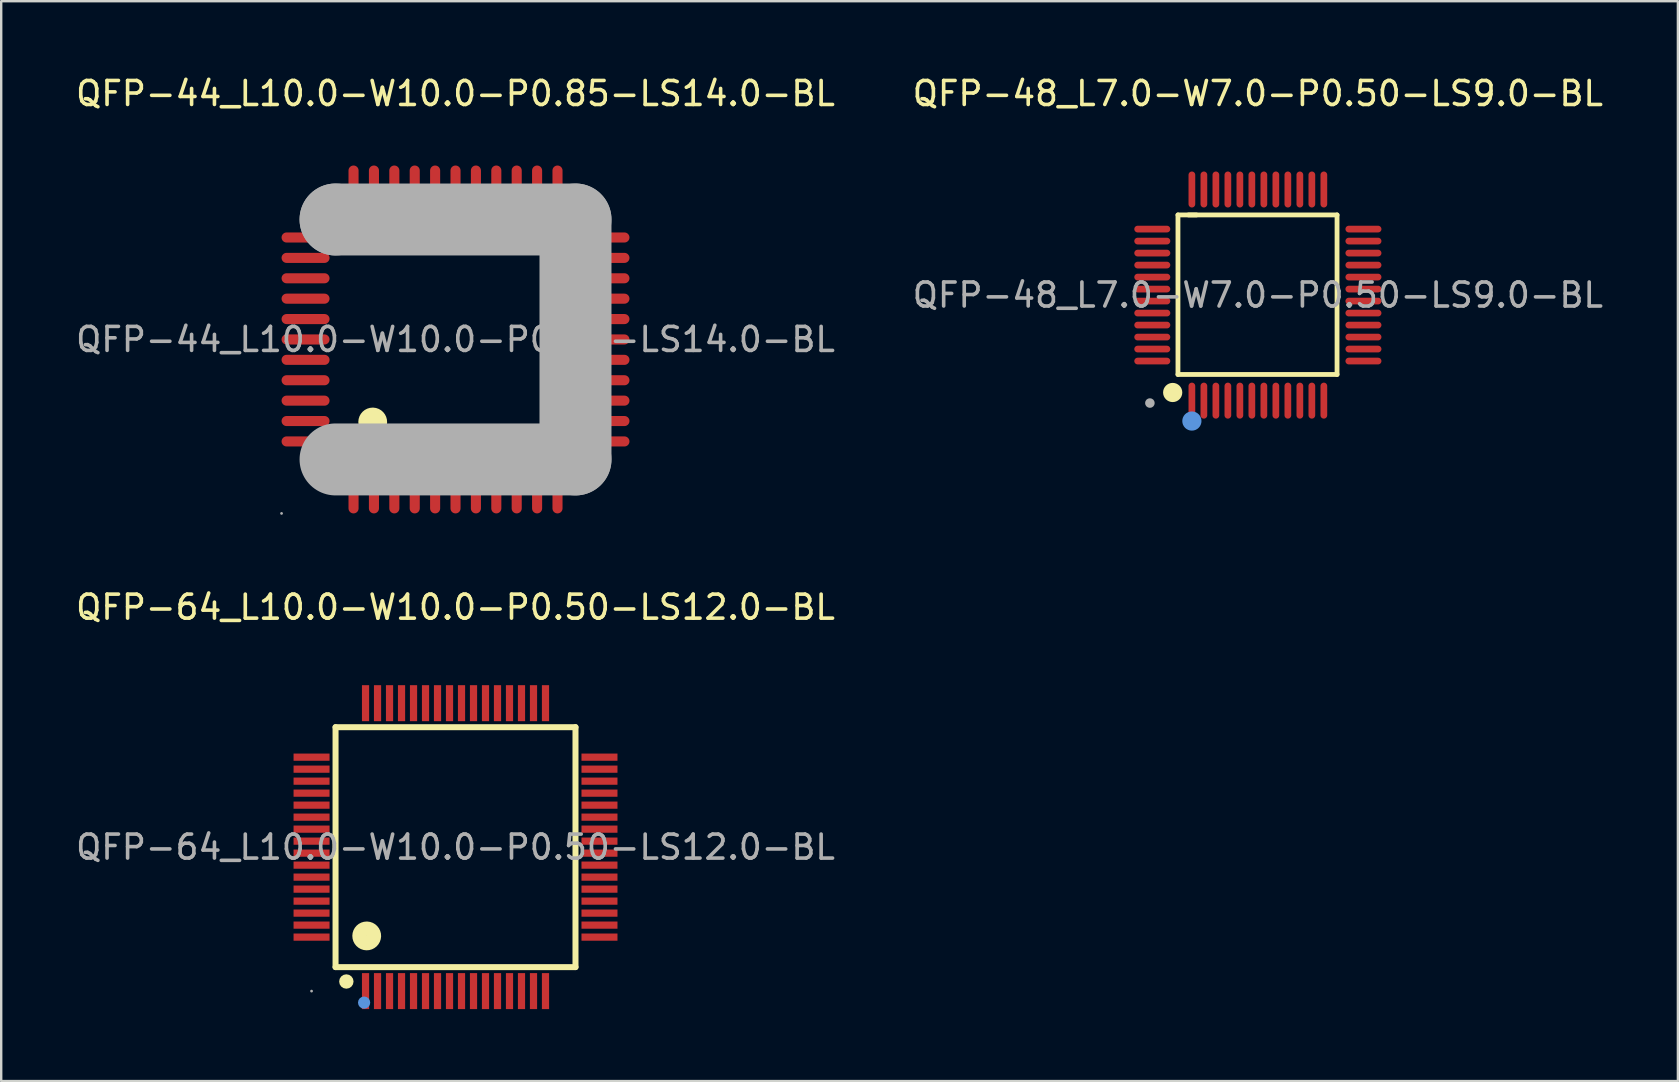
<source format=kicad_pcb>
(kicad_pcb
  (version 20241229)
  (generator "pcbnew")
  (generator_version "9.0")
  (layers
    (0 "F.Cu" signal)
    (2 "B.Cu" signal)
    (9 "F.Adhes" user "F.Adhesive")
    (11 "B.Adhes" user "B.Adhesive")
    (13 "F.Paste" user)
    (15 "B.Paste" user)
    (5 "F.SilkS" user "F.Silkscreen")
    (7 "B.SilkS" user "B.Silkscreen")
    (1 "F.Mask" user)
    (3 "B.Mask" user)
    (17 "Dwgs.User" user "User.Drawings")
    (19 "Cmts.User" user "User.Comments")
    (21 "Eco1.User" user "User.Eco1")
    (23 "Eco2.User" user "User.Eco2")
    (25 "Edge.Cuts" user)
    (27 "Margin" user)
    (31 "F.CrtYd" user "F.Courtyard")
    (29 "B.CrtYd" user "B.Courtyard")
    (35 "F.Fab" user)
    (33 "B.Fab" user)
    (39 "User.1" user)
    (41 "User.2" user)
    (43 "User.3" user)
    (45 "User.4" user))
  (footprint "QFP-44_L10.0-W10.0-P0.85-LS14.0-BL"
    (layer "F.Cu")
    (at 15.935 11.098)
    (property "Reference" "QFP-44_L10.0-W10.0-P0.85-LS14.0-BL" (at 0 -10.25 0) (layer "F.SilkS") (effects (font (size 1 1) (thickness 0.15))))
    (attr through_hole)
    (fp_arc (start -3.44 3.14) (mid -3.454999 3.740125) (end -3.450004 3.139833) (stroke (width 0.6) (type solid)) (layer "F.SilkS"))
    (fp_line (start -5 -5) (end -5 -5) (stroke (width 3) (type solid)) (layer "F.Fab"))
    (fp_line (start -5 -5) (end 5 -5) (stroke (width 3) (type solid)) (layer "F.Fab"))
    (fp_line (start 5 -5) (end 5 5) (stroke (width 3) (type solid)) (layer "F.Fab"))
    (fp_line (start 5 5) (end -5 5) (stroke (width 3) (type solid)) (layer "F.Fab"))
    (fp_circle (center -7.25 7.25) (end -7.22 7.25) (stroke (width 0.06) (type solid)) (fill no) (layer "F.Fab"))
    (fp_text user "${REFERENCE}" (at 0 0 0) (layer "F.Fab") (effects (font (size 1 1) (thickness 0.15))))
    (pad "1" smd oval (at -4.25 6.25) (size 0.42 2) (layers "F.Cu" "F.Mask" "F.Paste"))
    (pad "2" smd oval (at -3.4 6.25) (size 0.42 2) (layers "F.Cu" "F.Mask" "F.Paste"))
    (pad "3" smd oval (at -2.55 6.25) (size 0.42 2) (layers "F.Cu" "F.Mask" "F.Paste"))
    (pad "4" smd oval (at -1.7 6.25) (size 0.42 2) (layers "F.Cu" "F.Mask" "F.Paste"))
    (pad "5" smd oval (at -0.85 6.25) (size 0.42 2) (layers "F.Cu" "F.Mask" "F.Paste"))
    (pad "6" smd oval (at 0 6.25) (size 0.42 2) (layers "F.Cu" "F.Mask" "F.Paste"))
    (pad "7" smd oval (at 0.85 6.25) (size 0.42 2) (layers "F.Cu" "F.Mask" "F.Paste"))
    (pad "8" smd oval (at 1.7 6.25) (size 0.42 2) (layers "F.Cu" "F.Mask" "F.Paste"))
    (pad "9" smd oval (at 2.55 6.25) (size 0.42 2) (layers "F.Cu" "F.Mask" "F.Paste"))
    (pad "10" smd oval (at 3.4 6.25) (size 0.42 2) (layers "F.Cu" "F.Mask" "F.Paste"))
    (pad "11" smd oval (at 4.25 6.25) (size 0.42 2) (layers "F.Cu" "F.Mask" "F.Paste"))
    (pad "12" smd oval (at 6.25 4.25 270) (size 0.42 2) (layers "F.Cu" "F.Mask" "F.Paste"))
    (pad "13" smd oval (at 6.25 3.4 270) (size 0.42 2) (layers "F.Cu" "F.Mask" "F.Paste"))
    (pad "14" smd oval (at 6.25 2.55 270) (size 0.42 2) (layers "F.Cu" "F.Mask" "F.Paste"))
    (pad "15" smd oval (at 6.25 1.7 270) (size 0.42 2) (layers "F.Cu" "F.Mask" "F.Paste"))
    (pad "16" smd oval (at 6.25 0.85 270) (size 0.42 2) (layers "F.Cu" "F.Mask" "F.Paste"))
    (pad "17" smd oval (at 6.25 0 270) (size 0.42 2) (layers "F.Cu" "F.Mask" "F.Paste"))
    (pad "18" smd oval (at 6.25 -0.85 270) (size 0.42 2) (layers "F.Cu" "F.Mask" "F.Paste"))
    (pad "19" smd oval (at 6.25 -1.7 270) (size 0.42 2) (layers "F.Cu" "F.Mask" "F.Paste"))
    (pad "20" smd oval (at 6.25 -2.55 270) (size 0.42 2) (layers "F.Cu" "F.Mask" "F.Paste"))
    (pad "21" smd oval (at 6.25 -3.4 270) (size 0.42 2) (layers "F.Cu" "F.Mask" "F.Paste"))
    (pad "22" smd oval (at 6.25 -4.25 270) (size 0.42 2) (layers "F.Cu" "F.Mask" "F.Paste"))
    (pad "23" smd oval (at 4.25 -6.25) (size 0.42 2) (layers "F.Cu" "F.Mask" "F.Paste"))
    (pad "24" smd oval (at 3.4 -6.25) (size 0.42 2) (layers "F.Cu" "F.Mask" "F.Paste"))
    (pad "25" smd oval (at 2.55 -6.25) (size 0.42 2) (layers "F.Cu" "F.Mask" "F.Paste"))
    (pad "26" smd oval (at 1.7 -6.25) (size 0.42 2) (layers "F.Cu" "F.Mask" "F.Paste"))
    (pad "27" smd oval (at 0.85 -6.25) (size 0.42 2) (layers "F.Cu" "F.Mask" "F.Paste"))
    (pad "28" smd oval (at 0 -6.25) (size 0.42 2) (layers "F.Cu" "F.Mask" "F.Paste"))
    (pad "29" smd oval (at -0.85 -6.25) (size 0.42 2) (layers "F.Cu" "F.Mask" "F.Paste"))
    (pad "30" smd oval (at -1.7 -6.25) (size 0.42 2) (layers "F.Cu" "F.Mask" "F.Paste"))
    (pad "31" smd oval (at -2.55 -6.25) (size 0.42 2) (layers "F.Cu" "F.Mask" "F.Paste"))
    (pad "32" smd oval (at -3.4 -6.25) (size 0.42 2) (layers "F.Cu" "F.Mask" "F.Paste"))
    (pad "33" smd oval (at -4.25 -6.25) (size 0.42 2) (layers "F.Cu" "F.Mask" "F.Paste"))
    (pad "34" smd oval (at -6.25 -4.25 270) (size 0.42 2) (layers "F.Cu" "F.Mask" "F.Paste"))
    (pad "35" smd oval (at -6.25 -3.4 270) (size 0.42 2) (layers "F.Cu" "F.Mask" "F.Paste"))
    (pad "36" smd oval (at -6.25 -2.55 270) (size 0.42 2) (layers "F.Cu" "F.Mask" "F.Paste"))
    (pad "37" smd oval (at -6.25 -1.7 270) (size 0.42 2) (layers "F.Cu" "F.Mask" "F.Paste"))
    (pad "38" smd oval (at -6.25 -0.85 270) (size 0.42 2) (layers "F.Cu" "F.Mask" "F.Paste"))
    (pad "39" smd oval (at -6.25 0 270) (size 0.42 2) (layers "F.Cu" "F.Mask" "F.Paste"))
    (pad "40" smd oval (at -6.25 0.85 270) (size 0.42 2) (layers "F.Cu" "F.Mask" "F.Paste"))
    (pad "41" smd oval (at -6.25 1.7 270) (size 0.42 2) (layers "F.Cu" "F.Mask" "F.Paste"))
    (pad "42" smd oval (at -6.25 2.55 270) (size 0.42 2) (layers "F.Cu" "F.Mask" "F.Paste"))
    (pad "43" smd oval (at -6.25 3.4 270) (size 0.42 2) (layers "F.Cu" "F.Mask" "F.Paste"))
    (pad "44" smd oval (at -6.25 4.25 270) (size 0.42 2) (layers "F.Cu" "F.Mask" "F.Paste")))
  (footprint "QFP-64_L10.0-W10.0-P0.50-LS12.0-BL"
    (layer "F.Cu")
    (at 15.935 32.257)
    (property "Reference" "QFP-64_L10.0-W10.0-P0.50-LS12.0-BL" (at 0 -10 0) (layer "F.SilkS") (effects (font (size 1 1) (thickness 0.15))))
    (attr through_hole)
    (fp_line (start -5 -5) (end -5 5) (stroke (width 0.25) (type solid)) (layer "F.SilkS"))
    (fp_line (start -5 -5) (end 5 -5) (stroke (width 0.25) (type solid)) (layer "F.SilkS"))
    (fp_line (start -5 5) (end 5 5) (stroke (width 0.25) (type solid)) (layer "F.SilkS"))
    (fp_line (start 5 -5) (end 5 5) (stroke (width 0.25) (type solid)) (layer "F.SilkS"))
    (fp_arc (start -4.55 5.6) (mid -4.55 5.6) (end -4.55 5.6) (stroke (width 0.3) (type solid)) (layer "F.SilkS"))
    (fp_arc (start -3.69 3.4) (mid -3.704999 4.000125) (end -3.700004 3.399833) (stroke (width 0.6) (type solid)) (layer "F.SilkS"))
    (fp_circle (center -3.81 6.48) (end -3.68 6.48) (stroke (width 0.25) (type solid)) (fill no) (layer "Cmts.User"))
    (fp_circle (center -6 6) (end -5.97 6) (stroke (width 0.06) (type solid)) (fill no) (layer "F.Fab"))
    (fp_text user "${REFERENCE}" (at 0 0 0) (layer "F.Fab") (effects (font (size 1 1) (thickness 0.15))))
    (pad "1" smd rect (at -3.75 6 180) (size 0.3 1.5) (layers "F.Cu" "F.Mask" "F.Paste"))
    (pad "2" smd rect (at -3.25 6 180) (size 0.3 1.5) (layers "F.Cu" "F.Mask" "F.Paste"))
    (pad "3" smd rect (at -2.75 6 180) (size 0.3 1.5) (layers "F.Cu" "F.Mask" "F.Paste"))
    (pad "4" smd rect (at -2.25 6 180) (size 0.3 1.5) (layers "F.Cu" "F.Mask" "F.Paste"))
    (pad "5" smd rect (at -1.75 6 180) (size 0.3 1.5) (layers "F.Cu" "F.Mask" "F.Paste"))
    (pad "6" smd rect (at -1.25 6 180) (size 0.3 1.5) (layers "F.Cu" "F.Mask" "F.Paste"))
    (pad "7" smd rect (at -0.75 6 180) (size 0.3 1.5) (layers "F.Cu" "F.Mask" "F.Paste"))
    (pad "8" smd rect (at -0.25 6 180) (size 0.3 1.5) (layers "F.Cu" "F.Mask" "F.Paste"))
    (pad "9" smd rect (at 0.25 6 180) (size 0.3 1.5) (layers "F.Cu" "F.Mask" "F.Paste"))
    (pad "10" smd rect (at 0.75 6 180) (size 0.3 1.5) (layers "F.Cu" "F.Mask" "F.Paste"))
    (pad "11" smd rect (at 1.25 6 180) (size 0.3 1.5) (layers "F.Cu" "F.Mask" "F.Paste"))
    (pad "12" smd rect (at 1.75 6 180) (size 0.3 1.5) (layers "F.Cu" "F.Mask" "F.Paste"))
    (pad "13" smd rect (at 2.25 6 180) (size 0.3 1.5) (layers "F.Cu" "F.Mask" "F.Paste"))
    (pad "14" smd rect (at 2.75 6 180) (size 0.3 1.5) (layers "F.Cu" "F.Mask" "F.Paste"))
    (pad "15" smd rect (at 3.25 6 180) (size 0.3 1.5) (layers "F.Cu" "F.Mask" "F.Paste"))
    (pad "16" smd rect (at 3.75 6 180) (size 0.3 1.5) (layers "F.Cu" "F.Mask" "F.Paste"))
    (pad "17" smd rect (at 6 3.75 90) (size 0.3 1.5) (layers "F.Cu" "F.Mask" "F.Paste"))
    (pad "18" smd rect (at 6 3.25 90) (size 0.3 1.5) (layers "F.Cu" "F.Mask" "F.Paste"))
    (pad "19" smd rect (at 6 2.75 90) (size 0.3 1.5) (layers "F.Cu" "F.Mask" "F.Paste"))
    (pad "20" smd rect (at 6 2.25 90) (size 0.3 1.5) (layers "F.Cu" "F.Mask" "F.Paste"))
    (pad "21" smd rect (at 6 1.75 90) (size 0.3 1.5) (layers "F.Cu" "F.Mask" "F.Paste"))
    (pad "22" smd rect (at 6 1.25 90) (size 0.3 1.5) (layers "F.Cu" "F.Mask" "F.Paste"))
    (pad "23" smd rect (at 6 0.75 90) (size 0.3 1.5) (layers "F.Cu" "F.Mask" "F.Paste"))
    (pad "24" smd rect (at 6 0.25 90) (size 0.3 1.5) (layers "F.Cu" "F.Mask" "F.Paste"))
    (pad "25" smd rect (at 6 -0.25 90) (size 0.3 1.5) (layers "F.Cu" "F.Mask" "F.Paste"))
    (pad "26" smd rect (at 6 -0.75 90) (size 0.3 1.5) (layers "F.Cu" "F.Mask" "F.Paste"))
    (pad "27" smd rect (at 6 -1.25 90) (size 0.3 1.5) (layers "F.Cu" "F.Mask" "F.Paste"))
    (pad "28" smd rect (at 6 -1.75 90) (size 0.3 1.5) (layers "F.Cu" "F.Mask" "F.Paste"))
    (pad "29" smd rect (at 6 -2.25 90) (size 0.3 1.5) (layers "F.Cu" "F.Mask" "F.Paste"))
    (pad "30" smd rect (at 6 -2.75 90) (size 0.3 1.5) (layers "F.Cu" "F.Mask" "F.Paste"))
    (pad "31" smd rect (at 6 -3.25 90) (size 0.3 1.5) (layers "F.Cu" "F.Mask" "F.Paste"))
    (pad "32" smd rect (at 6 -3.75 90) (size 0.3 1.5) (layers "F.Cu" "F.Mask" "F.Paste"))
    (pad "33" smd rect (at 3.75 -6 180) (size 0.3 1.5) (layers "F.Cu" "F.Mask" "F.Paste"))
    (pad "34" smd rect (at 3.25 -6 180) (size 0.3 1.5) (layers "F.Cu" "F.Mask" "F.Paste"))
    (pad "35" smd rect (at 2.75 -6 180) (size 0.3 1.5) (layers "F.Cu" "F.Mask" "F.Paste"))
    (pad "36" smd rect (at 2.25 -6 180) (size 0.3 1.5) (layers "F.Cu" "F.Mask" "F.Paste"))
    (pad "37" smd rect (at 1.75 -6 180) (size 0.3 1.5) (layers "F.Cu" "F.Mask" "F.Paste"))
    (pad "38" smd rect (at 1.25 -6 180) (size 0.3 1.5) (layers "F.Cu" "F.Mask" "F.Paste"))
    (pad "39" smd rect (at 0.75 -6 180) (size 0.3 1.5) (layers "F.Cu" "F.Mask" "F.Paste"))
    (pad "40" smd rect (at 0.25 -6 180) (size 0.3 1.5) (layers "F.Cu" "F.Mask" "F.Paste"))
    (pad "41" smd rect (at -0.25 -6 180) (size 0.3 1.5) (layers "F.Cu" "F.Mask" "F.Paste"))
    (pad "42" smd rect (at -0.75 -6 180) (size 0.3 1.5) (layers "F.Cu" "F.Mask" "F.Paste"))
    (pad "43" smd rect (at -1.25 -6 180) (size 0.3 1.5) (layers "F.Cu" "F.Mask" "F.Paste"))
    (pad "44" smd rect (at -1.75 -6 180) (size 0.3 1.5) (layers "F.Cu" "F.Mask" "F.Paste"))
    (pad "45" smd rect (at -2.25 -6 180) (size 0.3 1.5) (layers "F.Cu" "F.Mask" "F.Paste"))
    (pad "46" smd rect (at -2.75 -6 180) (size 0.3 1.5) (layers "F.Cu" "F.Mask" "F.Paste"))
    (pad "47" smd rect (at -3.25 -6 180) (size 0.3 1.5) (layers "F.Cu" "F.Mask" "F.Paste"))
    (pad "48" smd rect (at -3.75 -6 180) (size 0.3 1.5) (layers "F.Cu" "F.Mask" "F.Paste"))
    (pad "49" smd rect (at -6 -3.75 90) (size 0.3 1.5) (layers "F.Cu" "F.Mask" "F.Paste"))
    (pad "50" smd rect (at -6 -3.25 90) (size 0.3 1.5) (layers "F.Cu" "F.Mask" "F.Paste"))
    (pad "51" smd rect (at -6 -2.75 90) (size 0.3 1.5) (layers "F.Cu" "F.Mask" "F.Paste"))
    (pad "52" smd rect (at -6 -2.25 90) (size 0.3 1.5) (layers "F.Cu" "F.Mask" "F.Paste"))
    (pad "53" smd rect (at -6 -1.75 90) (size 0.3 1.5) (layers "F.Cu" "F.Mask" "F.Paste"))
    (pad "54" smd rect (at -6 -1.25 90) (size 0.3 1.5) (layers "F.Cu" "F.Mask" "F.Paste"))
    (pad "55" smd rect (at -6 -0.75 90) (size 0.3 1.5) (layers "F.Cu" "F.Mask" "F.Paste"))
    (pad "56" smd rect (at -6 -0.25 90) (size 0.3 1.5) (layers "F.Cu" "F.Mask" "F.Paste"))
    (pad "57" smd rect (at -6 0.25 90) (size 0.3 1.5) (layers "F.Cu" "F.Mask" "F.Paste"))
    (pad "58" smd rect (at -6 0.75 90) (size 0.3 1.5) (layers "F.Cu" "F.Mask" "F.Paste"))
    (pad "59" smd rect (at -6 1.25 90) (size 0.3 1.5) (layers "F.Cu" "F.Mask" "F.Paste"))
    (pad "60" smd rect (at -6 1.75 90) (size 0.3 1.5) (layers "F.Cu" "F.Mask" "F.Paste"))
    (pad "61" smd rect (at -6 2.25 90) (size 0.3 1.5) (layers "F.Cu" "F.Mask" "F.Paste"))
    (pad "62" smd rect (at -6 2.75 90) (size 0.3 1.5) (layers "F.Cu" "F.Mask" "F.Paste"))
    (pad "63" smd rect (at -6 3.25 90) (size 0.3 1.5) (layers "F.Cu" "F.Mask" "F.Paste"))
    (pad "64" smd rect (at -6 3.75 90) (size 0.3 1.5) (layers "F.Cu" "F.Mask" "F.Paste")))
  (footprint "QFP-48_L7.0-W7.0-P0.50-LS9.0-BL"
    (layer "F.Cu")
    (at 49.375 9.248)
    (property "Reference" "QFP-48_L7.0-W7.0-P0.50-LS9.0-BL" (at 0 -8.4 0) (layer "F.SilkS") (effects (font (size 1 1) (thickness 0.15))))
    (attr through_hole)
    (fp_line (start -3.33 -3.34) (end -2.56 -3.34) (stroke (width 0.2) (type solid)) (layer "F.SilkS"))
    (fp_line (start -3.33 3.31) (end -3.33 -3.34) (stroke (width 0.2) (type solid)) (layer "F.SilkS"))
    (fp_line (start -2.89 -3.34) (end 3.3 -3.34) (stroke (width 0.2) (type solid)) (layer "F.SilkS"))
    (fp_line (start 3.3 -3.34) (end 3.3 3.31) (stroke (width 0.2) (type solid)) (layer "F.SilkS"))
    (fp_line (start 3.3 3.31) (end -3.33 3.31) (stroke (width 0.2) (type solid)) (layer "F.SilkS"))
    (fp_arc (start -3.55 4.06) (mid -3.55 4.06) (end -3.55 4.06) (stroke (width 0.4) (type solid)) (layer "F.SilkS"))
    (fp_circle (center -2.75 5.25) (end -2.55 5.25) (stroke (width 0.4) (type solid)) (fill no) (layer "Cmts.User"))
    (fp_circle (center -4.5 4.5) (end -4.4 4.5) (stroke (width 0.2) (type solid)) (fill no) (layer "F.Fab"))
    (fp_text user "${REFERENCE}" (at 0 0 0) (layer "F.Fab") (effects (font (size 1 1) (thickness 0.15))))
    (pad "1" smd oval (at -2.75 4.4 180) (size 0.28 1.5) (layers "F.Cu" "F.Mask" "F.Paste"))
    (pad "2" smd oval (at -2.25 4.4 180) (size 0.28 1.5) (layers "F.Cu" "F.Mask" "F.Paste"))
    (pad "3" smd oval (at -1.75 4.4 180) (size 0.28 1.5) (layers "F.Cu" "F.Mask" "F.Paste"))
    (pad "4" smd oval (at -1.25 4.4 180) (size 0.28 1.5) (layers "F.Cu" "F.Mask" "F.Paste"))
    (pad "5" smd oval (at -0.75 4.4 180) (size 0.28 1.5) (layers "F.Cu" "F.Mask" "F.Paste"))
    (pad "6" smd oval (at -0.25 4.4 180) (size 0.28 1.5) (layers "F.Cu" "F.Mask" "F.Paste"))
    (pad "7" smd oval (at 0.25 4.4 180) (size 0.28 1.5) (layers "F.Cu" "F.Mask" "F.Paste"))
    (pad "8" smd oval (at 0.75 4.4 180) (size 0.28 1.5) (layers "F.Cu" "F.Mask" "F.Paste"))
    (pad "9" smd oval (at 1.25 4.4 180) (size 0.28 1.5) (layers "F.Cu" "F.Mask" "F.Paste"))
    (pad "10" smd oval (at 1.75 4.4 180) (size 0.28 1.5) (layers "F.Cu" "F.Mask" "F.Paste"))
    (pad "11" smd oval (at 2.25 4.4 180) (size 0.28 1.5) (layers "F.Cu" "F.Mask" "F.Paste"))
    (pad "12" smd oval (at 2.75 4.4 180) (size 0.28 1.5) (layers "F.Cu" "F.Mask" "F.Paste"))
    (pad "13" smd oval (at 4.4 2.75 90) (size 0.28 1.5) (layers "F.Cu" "F.Mask" "F.Paste"))
    (pad "14" smd oval (at 4.4 2.25 90) (size 0.28 1.5) (layers "F.Cu" "F.Mask" "F.Paste"))
    (pad "15" smd oval (at 4.4 1.75 90) (size 0.28 1.5) (layers "F.Cu" "F.Mask" "F.Paste"))
    (pad "16" smd oval (at 4.4 1.25 90) (size 0.28 1.5) (layers "F.Cu" "F.Mask" "F.Paste"))
    (pad "17" smd oval (at 4.4 0.75 90) (size 0.28 1.5) (layers "F.Cu" "F.Mask" "F.Paste"))
    (pad "18" smd oval (at 4.4 0.25 90) (size 0.28 1.5) (layers "F.Cu" "F.Mask" "F.Paste"))
    (pad "19" smd oval (at 4.4 -0.25 90) (size 0.28 1.5) (layers "F.Cu" "F.Mask" "F.Paste"))
    (pad "20" smd oval (at 4.4 -0.75 90) (size 0.28 1.5) (layers "F.Cu" "F.Mask" "F.Paste"))
    (pad "21" smd oval (at 4.4 -1.25 90) (size 0.28 1.5) (layers "F.Cu" "F.Mask" "F.Paste"))
    (pad "22" smd oval (at 4.4 -1.75 90) (size 0.28 1.5) (layers "F.Cu" "F.Mask" "F.Paste"))
    (pad "23" smd oval (at 4.4 -2.25 90) (size 0.28 1.5) (layers "F.Cu" "F.Mask" "F.Paste"))
    (pad "24" smd oval (at 4.4 -2.75 90) (size 0.28 1.5) (layers "F.Cu" "F.Mask" "F.Paste"))
    (pad "25" smd oval (at 2.75 -4.4 180) (size 0.28 1.5) (layers "F.Cu" "F.Mask" "F.Paste"))
    (pad "26" smd oval (at 2.25 -4.4 180) (size 0.28 1.5) (layers "F.Cu" "F.Mask" "F.Paste"))
    (pad "27" smd oval (at 1.75 -4.4 180) (size 0.28 1.5) (layers "F.Cu" "F.Mask" "F.Paste"))
    (pad "28" smd oval (at 1.25 -4.4 180) (size 0.28 1.5) (layers "F.Cu" "F.Mask" "F.Paste"))
    (pad "29" smd oval (at 0.75 -4.4 180) (size 0.28 1.5) (layers "F.Cu" "F.Mask" "F.Paste"))
    (pad "30" smd oval (at 0.25 -4.4 180) (size 0.28 1.5) (layers "F.Cu" "F.Mask" "F.Paste"))
    (pad "31" smd oval (at -0.25 -4.4 180) (size 0.28 1.5) (layers "F.Cu" "F.Mask" "F.Paste"))
    (pad "32" smd oval (at -0.75 -4.4 180) (size 0.28 1.5) (layers "F.Cu" "F.Mask" "F.Paste"))
    (pad "33" smd oval (at -1.25 -4.4 180) (size 0.28 1.5) (layers "F.Cu" "F.Mask" "F.Paste"))
    (pad "34" smd oval (at -1.75 -4.4 180) (size 0.28 1.5) (layers "F.Cu" "F.Mask" "F.Paste"))
    (pad "35" smd oval (at -2.25 -4.4 180) (size 0.28 1.5) (layers "F.Cu" "F.Mask" "F.Paste"))
    (pad "36" smd oval (at -2.75 -4.4 180) (size 0.28 1.5) (layers "F.Cu" "F.Mask" "F.Paste"))
    (pad "37" smd oval (at -4.4 -2.75 90) (size 0.28 1.5) (layers "F.Cu" "F.Mask" "F.Paste"))
    (pad "38" smd oval (at -4.4 -2.25 90) (size 0.28 1.5) (layers "F.Cu" "F.Mask" "F.Paste"))
    (pad "39" smd oval (at -4.4 -1.75 90) (size 0.28 1.5) (layers "F.Cu" "F.Mask" "F.Paste"))
    (pad "40" smd oval (at -4.4 -1.25 90) (size 0.28 1.5) (layers "F.Cu" "F.Mask" "F.Paste"))
    (pad "41" smd oval (at -4.4 -0.75 90) (size 0.28 1.5) (layers "F.Cu" "F.Mask" "F.Paste"))
    (pad "42" smd oval (at -4.4 -0.25 90) (size 0.28 1.5) (layers "F.Cu" "F.Mask" "F.Paste"))
    (pad "43" smd oval (at -4.4 0.25 90) (size 0.28 1.5) (layers "F.Cu" "F.Mask" "F.Paste"))
    (pad "44" smd oval (at -4.4 0.75 90) (size 0.28 1.5) (layers "F.Cu" "F.Mask" "F.Paste"))
    (pad "45" smd oval (at -4.4 1.25 90) (size 0.28 1.5) (layers "F.Cu" "F.Mask" "F.Paste"))
    (pad "46" smd oval (at -4.4 1.75 90) (size 0.28 1.5) (layers "F.Cu" "F.Mask" "F.Paste"))
    (pad "47" smd oval (at -4.4 2.25 90) (size 0.28 1.5) (layers "F.Cu" "F.Mask" "F.Paste"))
    (pad "48" smd oval (at -4.4 2.75 90) (size 0.28 1.5) (layers "F.Cu" "F.Mask" "F.Paste")))
  (gr_rect
    (start -3 -3)
    (end 66.881 42.007)
    (stroke (width 0.1) (type default))
    (fill no)
    (layer "Edge.Cuts")))
</source>
